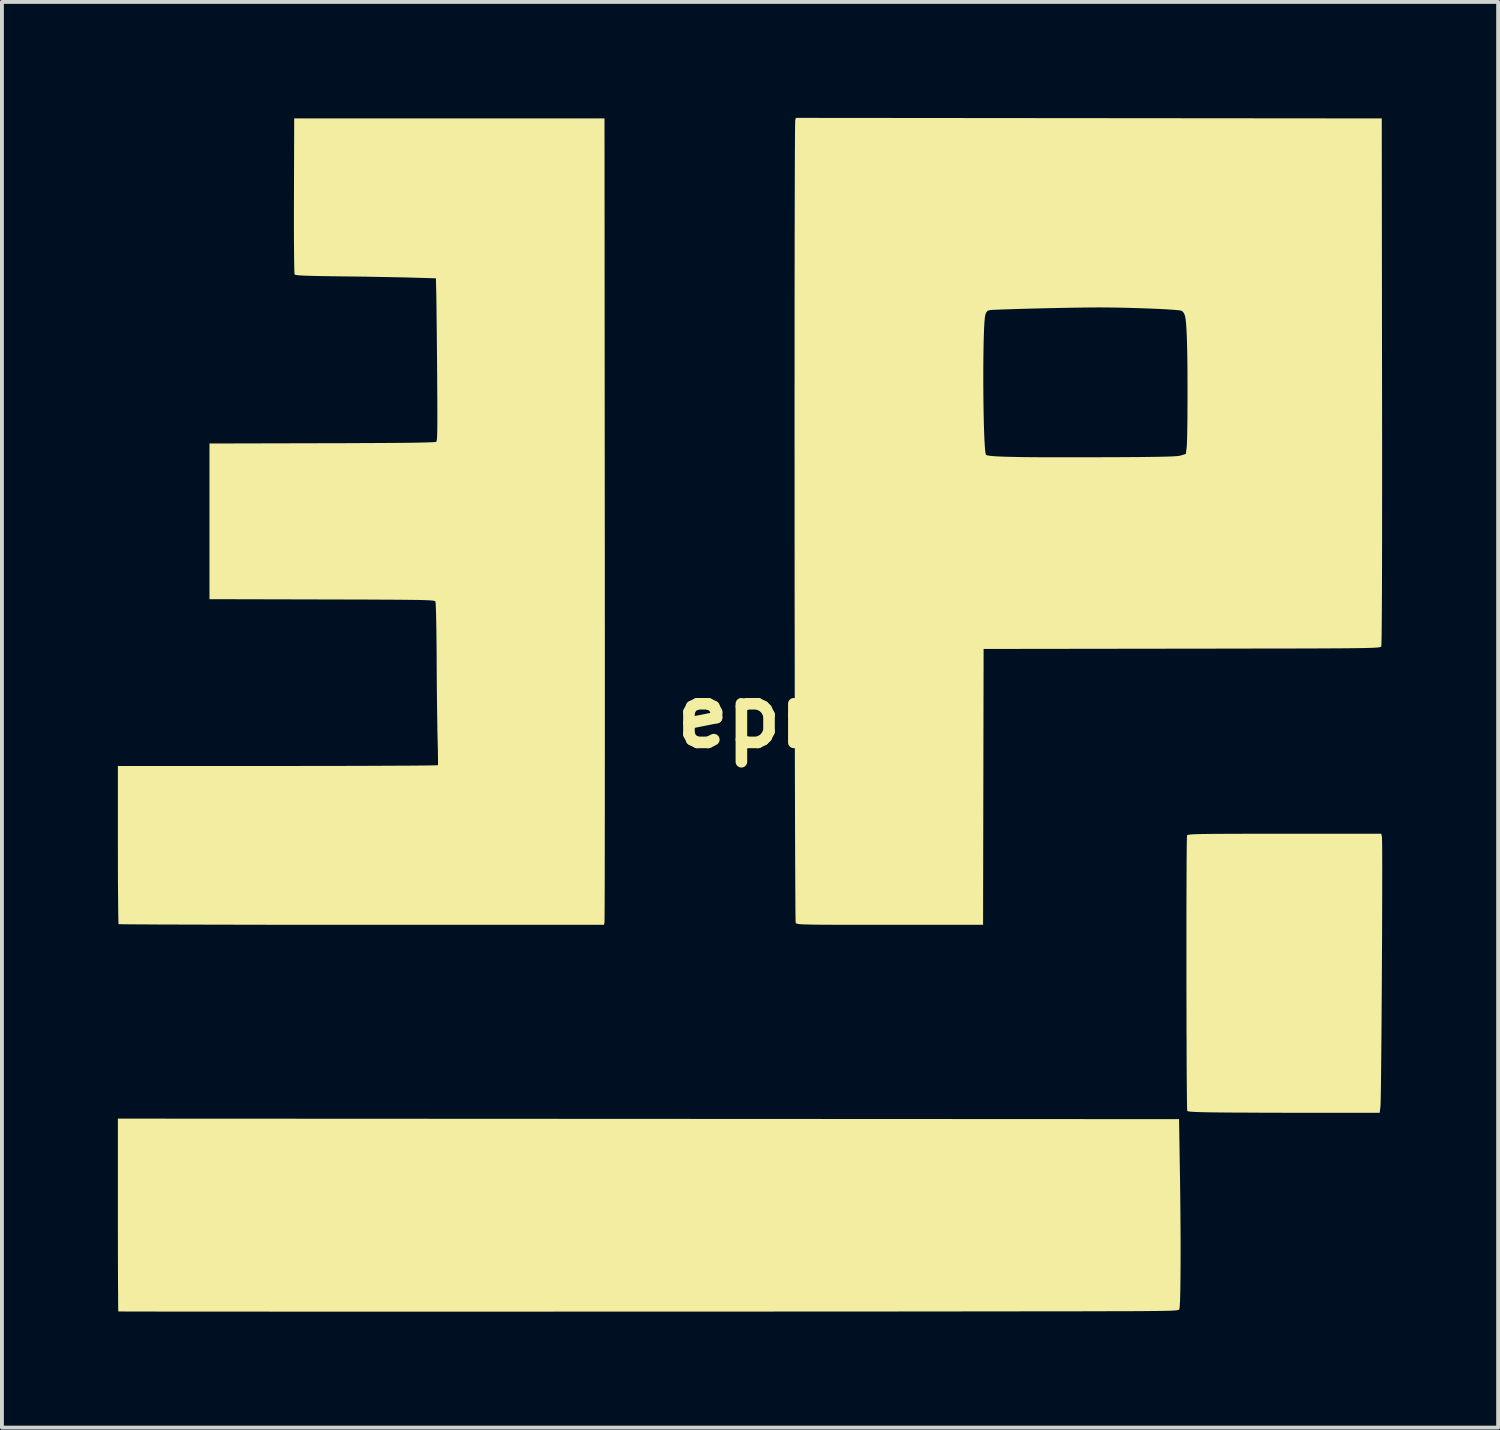
<source format=kicad_pcb>
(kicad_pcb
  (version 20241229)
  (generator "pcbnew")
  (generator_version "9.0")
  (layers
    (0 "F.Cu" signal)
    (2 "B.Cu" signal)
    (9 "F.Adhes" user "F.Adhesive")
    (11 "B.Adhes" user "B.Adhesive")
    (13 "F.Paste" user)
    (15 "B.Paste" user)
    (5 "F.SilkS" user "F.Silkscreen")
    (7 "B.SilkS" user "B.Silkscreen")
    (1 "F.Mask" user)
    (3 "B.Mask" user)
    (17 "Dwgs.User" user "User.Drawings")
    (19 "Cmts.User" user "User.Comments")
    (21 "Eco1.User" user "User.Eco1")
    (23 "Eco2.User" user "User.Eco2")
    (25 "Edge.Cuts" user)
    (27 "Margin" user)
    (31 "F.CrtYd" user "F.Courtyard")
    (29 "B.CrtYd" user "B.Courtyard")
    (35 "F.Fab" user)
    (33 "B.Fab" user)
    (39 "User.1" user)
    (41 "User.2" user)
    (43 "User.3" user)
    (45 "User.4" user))
  (footprint "epr"
    (layer "F.Cu")
    (at 16.276 15.481)
    (property "Reference" "epr" (at 0 0 0) (layer "F.SilkS") (effects (font (size 1.5 1.5) (thickness 0.3))))
    (attr board_only exclude_from_pos_files exclude_from_bom)
    (fp_poly (pts (xy 16.43 3.114) (xy 16.432 3.151) (xy 16.434 3.239) (xy 16.436 3.374) (xy 16.437 3.552) (xy 16.437 3.768) (xy 16.438 4.018) (xy 16.437 4.3) (xy 16.437 4.608) (xy 16.436 4.938) (xy 16.435 5.286) (xy 16.434 5.649) (xy 16.432 6.023) (xy 16.43 6.402) (xy 16.428 6.784) (xy 16.426 7.164) (xy 16.423 7.538) (xy 16.421 7.903) (xy 16.418 8.253) (xy 16.415 8.586) (xy 16.412 8.896) (xy 16.409 9.18) (xy 16.406 9.434) (xy 16.403 9.655) (xy 16.4 9.836) (xy 16.397 9.976) (xy 16.394 10.069) (xy 16.391 10.111) (xy 16.372 10.261) (xy 14.919 10.262) (xy 14.597 10.262) (xy 14.254 10.261) (xy 13.902 10.261) (xy 13.552 10.26) (xy 13.215 10.259) (xy 12.901 10.257) (xy 12.623 10.256) (xy 12.441 10.255) (xy 12.16 10.252) (xy 11.93 10.249) (xy 11.746 10.245) (xy 11.606 10.24) (xy 11.504 10.234) (xy 11.437 10.227) (xy 11.402 10.219) (xy 11.393 10.213) (xy 11.391 10.182) (xy 11.388 10.1) (xy 11.386 9.971) (xy 11.384 9.8) (xy 11.382 9.589) (xy 11.38 9.343) (xy 11.378 9.067) (xy 11.377 8.763) (xy 11.376 8.436) (xy 11.374 8.09) (xy 11.374 7.728) (xy 11.373 7.356) (xy 11.372 6.976) (xy 11.372 6.592) (xy 11.372 6.209) (xy 11.372 5.831) (xy 11.372 5.461) (xy 11.372 5.104) (xy 11.373 4.763) (xy 11.374 4.442) (xy 11.375 4.146) (xy 11.376 3.878) (xy 11.378 3.642) (xy 11.379 3.443) (xy 11.381 3.283) (xy 11.384 3.168) (xy 11.386 3.101) (xy 11.388 3.085) (xy 11.394 3.077) (xy 11.411 3.071) (xy 11.44 3.065) (xy 11.485 3.06) (xy 11.55 3.056) (xy 11.638 3.052) (xy 11.751 3.049) (xy 11.894 3.047) (xy 12.069 3.045) (xy 12.279 3.044) (xy 12.529 3.043) (xy 12.821 3.042) (xy 13.159 3.042) (xy 13.545 3.041) (xy 13.908 3.041) (xy 16.412 3.041)) (stroke (width 0) (type solid)) (fill yes) (layer "F.SilkS"))
    (fp_poly (pts (xy -2.548 10.419) (xy 11.181 10.426) (xy 11.2 11.604) (xy 11.207 12.027) (xy 11.212 12.441) (xy 11.216 12.841) (xy 11.219 13.225) (xy 11.221 13.588) (xy 11.221 13.927) (xy 11.22 14.239) (xy 11.218 14.519) (xy 11.215 14.765) (xy 11.211 14.973) (xy 11.206 15.139) (xy 11.199 15.26) (xy 11.191 15.331) (xy 11.186 15.35) (xy 11.174 15.359) (xy 11.15 15.366) (xy 11.111 15.372) (xy 11.052 15.377) (xy 10.97 15.382) (xy 10.862 15.385) (xy 10.722 15.388) (xy 10.548 15.39) (xy 10.336 15.392) (xy 10.082 15.394) (xy 9.781 15.395) (xy 9.431 15.396) (xy 9.309 15.396) (xy 8.981 15.397) (xy 8.614 15.398) (xy 8.209 15.398) (xy 7.768 15.399) (xy 7.294 15.399) (xy 6.787 15.4) (xy 6.251 15.401) (xy 5.687 15.401) (xy 5.097 15.402) (xy 4.484 15.402) (xy 3.849 15.403) (xy 3.195 15.403) (xy 2.523 15.404) (xy 1.835 15.404) (xy 1.134 15.404) (xy 0.422 15.405) (xy -0.3 15.405) (xy -1.029 15.405) (xy -1.764 15.406) (xy -2.502 15.406) (xy -3.241 15.406) (xy -3.98 15.406) (xy -4.715 15.406) (xy -5.446 15.407) (xy -6.17 15.407) (xy -6.885 15.407) (xy -7.59 15.407) (xy -8.281 15.407) (xy -8.957 15.407) (xy -9.617 15.407) (xy -10.257 15.407) (xy -10.876 15.407) (xy -11.473 15.407) (xy -12.044 15.407) (xy -12.587 15.406) (xy -13.102 15.406) (xy -13.585 15.406) (xy -14.036 15.406) (xy -14.45 15.405) (xy -14.828 15.405) (xy -15.166 15.405) (xy -15.463 15.404) (xy -15.716 15.404) (xy -15.924 15.403) (xy -16.084 15.403) (xy -16.195 15.402) (xy -16.254 15.402) (xy -16.264 15.401) (xy -16.266 15.373) (xy -16.268 15.293) (xy -16.269 15.167) (xy -16.27 14.997) (xy -16.272 14.788) (xy -16.273 14.544) (xy -16.274 14.268) (xy -16.275 13.964) (xy -16.275 13.637) (xy -16.276 13.29) (xy -16.276 12.926) (xy -16.276 12.901) (xy -16.276 10.412)) (stroke (width 0) (type solid)) (fill yes) (layer "F.SilkS"))
    (fp_poly (pts (xy -3.678 -5.096) (xy -3.677 -4.345) (xy -3.677 -3.608) (xy -3.677 -2.886) (xy -3.676 -2.182) (xy -3.676 -1.497) (xy -3.676 -0.833) (xy -3.676 -0.193) (xy -3.676 0.422) (xy -3.676 1.01) (xy -3.677 1.569) (xy -3.677 2.097) (xy -3.677 2.592) (xy -3.678 3.053) (xy -3.678 3.477) (xy -3.679 3.862) (xy -3.679 4.207) (xy -3.68 4.51) (xy -3.681 4.769) (xy -3.682 4.982) (xy -3.683 5.146) (xy -3.684 5.261) (xy -3.685 5.324) (xy -3.685 5.336) (xy -3.7 5.398) (xy -9.97 5.398) (xy -10.552 5.398) (xy -11.12 5.398) (xy -11.671 5.397) (xy -12.203 5.397) (xy -12.712 5.396) (xy -13.198 5.395) (xy -13.657 5.394) (xy -14.087 5.393) (xy -14.486 5.392) (xy -14.85 5.391) (xy -15.179 5.39) (xy -15.468 5.388) (xy -15.716 5.387) (xy -15.921 5.385) (xy -16.079 5.384) (xy -16.189 5.382) (xy -16.248 5.381) (xy -16.257 5.38) (xy -16.26 5.35) (xy -16.263 5.27) (xy -16.266 5.143) (xy -16.268 4.975) (xy -16.27 4.769) (xy -16.272 4.53) (xy -16.274 4.262) (xy -16.275 3.969) (xy -16.275 3.656) (xy -16.276 3.327) (xy -16.276 3.325) (xy -16.276 1.288) (xy -12.14 1.288) (xy -11.668 1.288) (xy -11.212 1.287) (xy -10.773 1.287) (xy -10.356 1.286) (xy -9.962 1.285) (xy -9.596 1.283) (xy -9.259 1.282) (xy -8.956 1.28) (xy -8.689 1.279) (xy -8.46 1.277) (xy -8.274 1.275) (xy -8.133 1.272) (xy -8.039 1.27) (xy -7.997 1.268) (xy -7.995 1.267) (xy -7.993 1.235) (xy -7.993 1.156) (xy -7.994 1.038) (xy -7.996 0.888) (xy -8 0.714) (xy -8.004 0.575) (xy -8.008 0.409) (xy -8.011 0.197) (xy -8.015 -0.052) (xy -8.019 -0.33) (xy -8.022 -0.626) (xy -8.025 -0.933) (xy -8.027 -1.241) (xy -8.028 -1.507) (xy -8.03 -1.785) (xy -8.033 -2.046) (xy -8.036 -2.285) (xy -8.04 -2.496) (xy -8.044 -2.675) (xy -8.049 -2.815) (xy -8.054 -2.913) (xy -8.059 -2.962) (xy -8.06 -2.966) (xy -8.066 -2.974) (xy -8.079 -2.98) (xy -8.101 -2.986) (xy -8.135 -2.992) (xy -8.186 -2.996) (xy -8.254 -3) (xy -8.345 -3.004) (xy -8.46 -3.007) (xy -8.603 -3.009) (xy -8.777 -3.011) (xy -8.985 -3.013) (xy -9.23 -3.015) (xy -9.515 -3.016) (xy -9.844 -3.018) (xy -10.219 -3.019) (xy -10.643 -3.02) (xy -10.995 -3.021) (xy -13.906 -3.028) (xy -13.906 -5.042) (xy -13.906 -7.056) (xy -10.99 -7.063) (xy -10.481 -7.064) (xy -10.026 -7.066) (xy -9.622 -7.068) (xy -9.268 -7.07) (xy -8.962 -7.072) (xy -8.703 -7.075) (xy -8.489 -7.079) (xy -8.318 -7.083) (xy -8.189 -7.087) (xy -8.101 -7.091) (xy -8.051 -7.096) (xy -8.038 -7.1) (xy -8.031 -7.114) (xy -8.024 -7.146) (xy -8.019 -7.2) (xy -8.015 -7.279) (xy -8.012 -7.386) (xy -8.011 -7.526) (xy -8.01 -7.701) (xy -8.01 -7.917) (xy -8.011 -8.175) (xy -8.013 -8.48) (xy -8.015 -8.836) (xy -8.016 -8.901) (xy -8.018 -9.219) (xy -8.021 -9.528) (xy -8.024 -9.824) (xy -8.027 -10.101) (xy -8.03 -10.353) (xy -8.032 -10.573) (xy -8.035 -10.757) (xy -8.037 -10.899) (xy -8.039 -10.992) (xy -8.039 -11.001) (xy -8.048 -11.33) (xy -8.673 -11.348) (xy -8.841 -11.353) (xy -9.055 -11.357) (xy -9.302 -11.362) (xy -9.574 -11.367) (xy -9.86 -11.372) (xy -10.15 -11.376) (xy -10.433 -11.38) (xy -10.489 -11.38) (xy -10.787 -11.384) (xy -11.035 -11.388) (xy -11.236 -11.392) (xy -11.395 -11.397) (xy -11.517 -11.402) (xy -11.604 -11.408) (xy -11.661 -11.416) (xy -11.694 -11.424) (xy -11.704 -11.431) (xy -11.707 -11.463) (xy -11.711 -11.547) (xy -11.713 -11.676) (xy -11.716 -11.846) (xy -11.718 -12.054) (xy -11.72 -12.295) (xy -11.721 -12.564) (xy -11.721 -12.857) (xy -11.721 -13.17) (xy -11.72 -13.467) (xy -11.714 -15.467) (xy -7.699 -15.467) (xy -3.685 -15.467)) (stroke (width 0) (type solid)) (fill yes) (layer "F.SilkS"))
    (fp_poly (pts (xy 8.847 -15.474) (xy 16.426 -15.467) (xy 16.433 -8.664) (xy 16.434 -7.845) (xy 16.435 -7.08) (xy 16.435 -6.369) (xy 16.435 -5.712) (xy 16.434 -5.108) (xy 16.434 -4.556) (xy 16.433 -4.056) (xy 16.432 -3.607) (xy 16.431 -3.21) (xy 16.429 -2.863) (xy 16.427 -2.566) (xy 16.425 -2.319) (xy 16.423 -2.12) (xy 16.42 -1.971) (xy 16.417 -1.869) (xy 16.414 -1.816) (xy 16.412 -1.807) (xy 16.408 -1.8) (xy 16.4 -1.794) (xy 16.388 -1.789) (xy 16.367 -1.784) (xy 16.337 -1.78) (xy 16.294 -1.776) (xy 16.237 -1.772) (xy 16.163 -1.769) (xy 16.07 -1.766) (xy 15.955 -1.763) (xy 15.816 -1.761) (xy 15.65 -1.759) (xy 15.457 -1.757) (xy 15.232 -1.756) (xy 14.974 -1.754) (xy 14.681 -1.753) (xy 14.349 -1.752) (xy 13.978 -1.751) (xy 13.564 -1.75) (xy 13.105 -1.75) (xy 12.599 -1.749) (xy 12.043 -1.748) (xy 11.436 -1.747) (xy 11.254 -1.747) (xy 6.124 -1.74) (xy 6.117 1.829) (xy 6.11 5.398) (xy 3.7 5.398) (xy 3.281 5.398) (xy 2.914 5.398) (xy 2.595 5.397) (xy 2.321 5.397) (xy 2.087 5.396) (xy 1.891 5.395) (xy 1.73 5.393) (xy 1.6 5.39) (xy 1.497 5.388) (xy 1.418 5.384) (xy 1.36 5.38) (xy 1.319 5.374) (xy 1.292 5.368) (xy 1.276 5.361) (xy 1.266 5.353) (xy 1.262 5.346) (xy 1.26 5.315) (xy 1.258 5.232) (xy 1.256 5.098) (xy 1.254 4.917) (xy 1.253 4.691) (xy 1.251 4.421) (xy 1.25 4.11) (xy 1.248 3.76) (xy 1.247 3.374) (xy 1.245 2.954) (xy 1.244 2.503) (xy 1.243 2.021) (xy 1.241 1.513) (xy 1.24 0.98) (xy 1.239 0.425) (xy 1.238 -0.151) (xy 1.237 -0.744) (xy 1.237 -1.353) (xy 1.236 -1.976) (xy 1.235 -2.609) (xy 1.234 -3.251) (xy 1.234 -3.899) (xy 1.233 -4.552) (xy 1.233 -5.206) (xy 1.233 -5.859) (xy 1.233 -6.509) (xy 1.232 -7.155) (xy 1.232 -7.792) (xy 1.232 -8.42) (xy 1.233 -8.875) (xy 6.116 -8.875) (xy 6.116 -8.599) (xy 6.118 -8.323) (xy 6.121 -8.053) (xy 6.125 -7.793) (xy 6.131 -7.55) (xy 6.138 -7.329) (xy 6.146 -7.137) (xy 6.156 -6.978) (xy 6.166 -6.859) (xy 6.178 -6.784) (xy 6.187 -6.762) (xy 6.216 -6.75) (xy 6.277 -6.739) (xy 6.373 -6.729) (xy 6.505 -6.721) (xy 6.676 -6.714) (xy 6.888 -6.709) (xy 7.141 -6.704) (xy 7.44 -6.701) (xy 7.784 -6.699) (xy 8.178 -6.699) (xy 8.621 -6.699) (xy 9.117 -6.7) (xy 9.22 -6.701) (xy 9.6 -6.702) (xy 9.929 -6.704) (xy 10.211 -6.706) (xy 10.449 -6.709) (xy 10.648 -6.712) (xy 10.811 -6.715) (xy 10.941 -6.719) (xy 11.044 -6.724) (xy 11.121 -6.729) (xy 11.178 -6.736) (xy 11.219 -6.743) (xy 11.234 -6.748) (xy 11.357 -6.787) (xy 11.377 -6.949) (xy 11.383 -7.024) (xy 11.388 -7.146) (xy 11.392 -7.31) (xy 11.395 -7.507) (xy 11.398 -7.732) (xy 11.399 -7.976) (xy 11.4 -8.234) (xy 11.4 -8.498) (xy 11.399 -8.761) (xy 11.398 -9.016) (xy 11.395 -9.257) (xy 11.391 -9.476) (xy 11.387 -9.667) (xy 11.384 -9.754) (xy 11.375 -9.969) (xy 11.365 -10.135) (xy 11.352 -10.261) (xy 11.336 -10.352) (xy 11.314 -10.415) (xy 11.285 -10.458) (xy 11.248 -10.486) (xy 11.241 -10.491) (xy 11.197 -10.5) (xy 11.106 -10.51) (xy 10.974 -10.52) (xy 10.806 -10.53) (xy 10.611 -10.54) (xy 10.395 -10.549) (xy 10.164 -10.557) (xy 9.926 -10.564) (xy 9.686 -10.57) (xy 9.452 -10.574) (xy 9.231 -10.576) (xy 9.138 -10.577) (xy 8.969 -10.576) (xy 8.77 -10.574) (xy 8.545 -10.571) (xy 8.303 -10.567) (xy 8.049 -10.562) (xy 7.79 -10.557) (xy 7.531 -10.551) (xy 7.281 -10.544) (xy 7.044 -10.538) (xy 6.828 -10.531) (xy 6.639 -10.525) (xy 6.483 -10.519) (xy 6.367 -10.514) (xy 6.298 -10.509) (xy 6.286 -10.507) (xy 6.227 -10.489) (xy 6.191 -10.447) (xy 6.168 -10.383) (xy 6.156 -10.316) (xy 6.146 -10.202) (xy 6.137 -10.048) (xy 6.13 -9.86) (xy 6.124 -9.643) (xy 6.12 -9.402) (xy 6.117 -9.145) (xy 6.116 -8.875) (xy 1.233 -8.875) (xy 1.233 -9.036) (xy 1.233 -9.638) (xy 1.233 -10.222) (xy 1.233 -10.788) (xy 1.234 -11.332) (xy 1.235 -11.852) (xy 1.235 -12.347) (xy 1.236 -12.813) (xy 1.237 -13.249) (xy 1.238 -13.652) (xy 1.239 -14.019) (xy 1.24 -14.349) (xy 1.241 -14.639) (xy 1.243 -14.887) (xy 1.244 -15.091) (xy 1.246 -15.248) (xy 1.248 -15.355) (xy 1.249 -15.412) (xy 1.25 -15.42) (xy 1.267 -15.481)) (stroke (width 0) (type solid)) (fill yes) (layer "F.SilkS")))
  (gr_rect
    (start -3 -3)
    (end 35.713 33.888)
    (stroke (width 0.1) (type default))
    (fill no)
    (layer "Edge.Cuts")))
</source>
